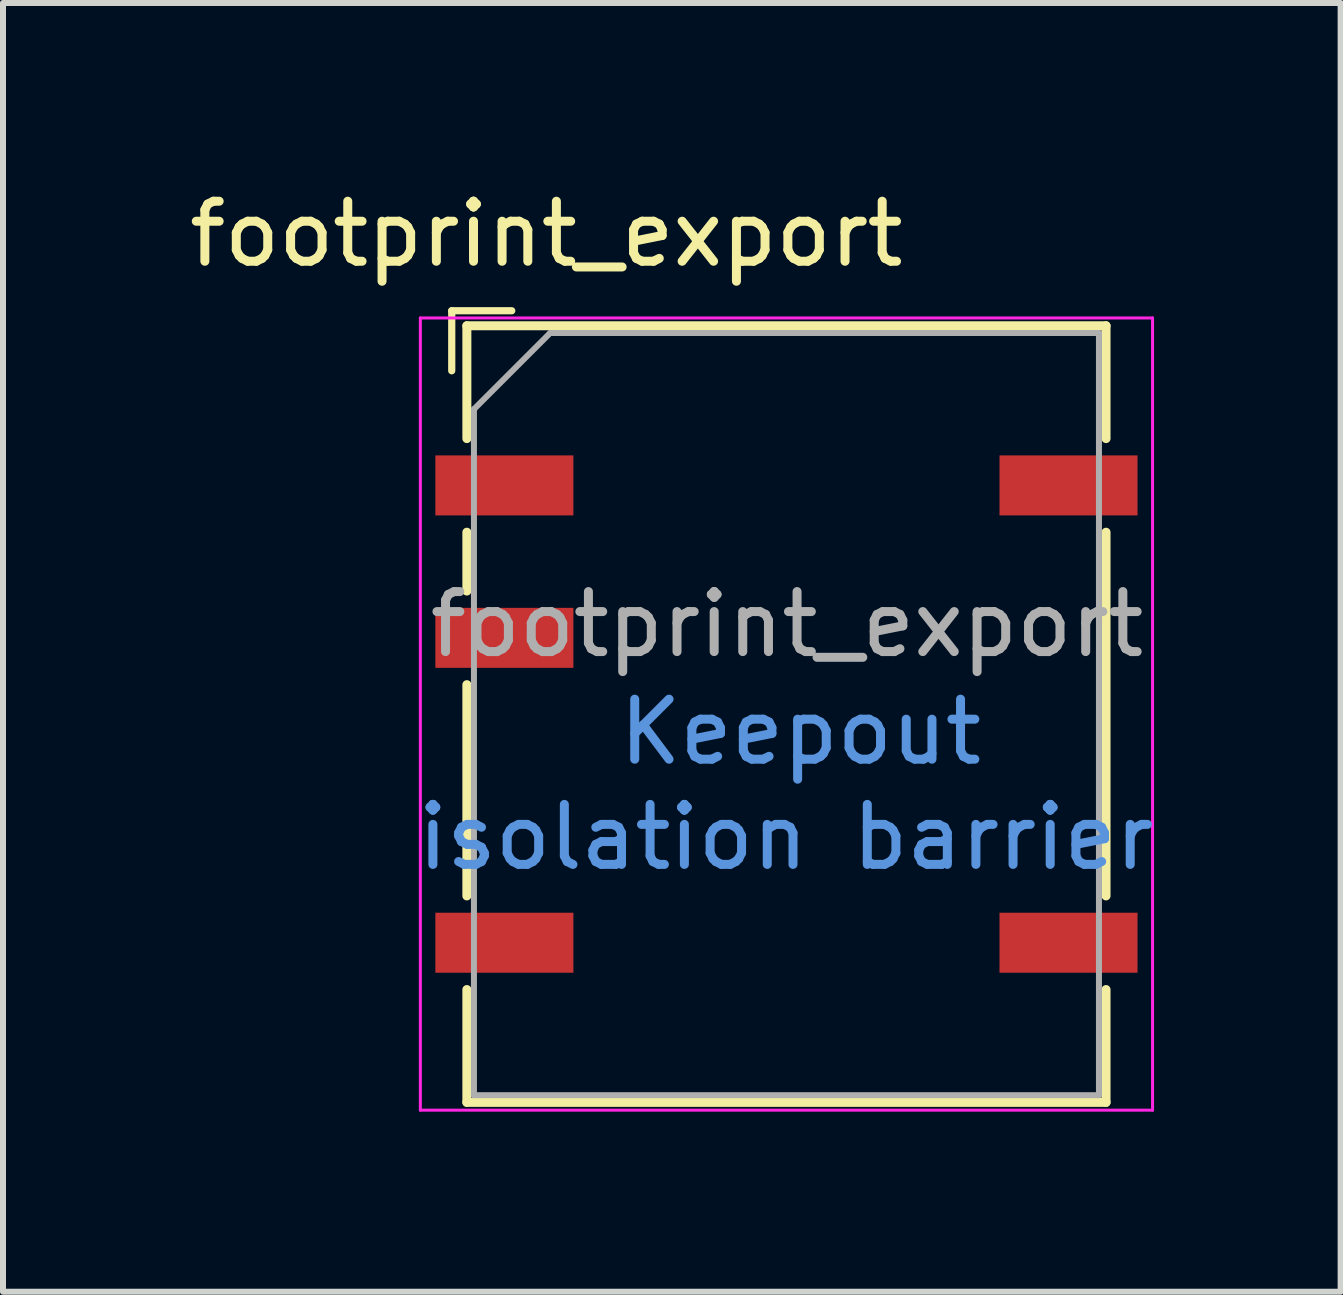
<source format=kicad_pcb>
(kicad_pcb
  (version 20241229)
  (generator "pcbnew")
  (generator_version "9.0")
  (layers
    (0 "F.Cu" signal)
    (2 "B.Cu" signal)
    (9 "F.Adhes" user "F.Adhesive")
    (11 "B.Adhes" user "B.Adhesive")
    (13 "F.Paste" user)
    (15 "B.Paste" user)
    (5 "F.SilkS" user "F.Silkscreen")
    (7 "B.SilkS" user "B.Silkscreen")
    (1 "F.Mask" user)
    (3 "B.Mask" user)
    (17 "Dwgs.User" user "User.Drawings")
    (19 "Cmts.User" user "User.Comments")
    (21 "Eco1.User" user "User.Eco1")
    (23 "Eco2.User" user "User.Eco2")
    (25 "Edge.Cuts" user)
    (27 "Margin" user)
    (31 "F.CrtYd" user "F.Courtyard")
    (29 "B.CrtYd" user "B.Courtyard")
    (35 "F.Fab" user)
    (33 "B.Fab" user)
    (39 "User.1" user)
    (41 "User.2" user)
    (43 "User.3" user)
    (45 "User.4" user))
  (footprint "footprint_export"
    (layer "F.Cu")
    (at 10.054 10.118)
    (property "Reference" "footprint_export" (at -4 -9.27 0) (layer "F.SilkS") (effects (font (size 1 1) (thickness 0.15))))
    (attr smd)
    (fp_line (start -5.577 -7.99) (end -5.577 -6.99) (stroke (width 0.12) (type solid)) (layer "F.SilkS"))
    (fp_line (start -5.325 -7.74) (end 5.325 -7.74) (stroke (width 0.15) (type solid)) (layer "F.SilkS"))
    (fp_line (start -5.325 -5.86) (end -5.325 -7.74) (stroke (width 0.15) (type solid)) (layer "F.SilkS"))
    (fp_line (start -5.325 -3.32) (end -5.325 -4.3) (stroke (width 0.15) (type solid)) (layer "F.SilkS"))
    (fp_line (start -5.325 1.76) (end -5.325 -1.76) (stroke (width 0.15) (type solid)) (layer "F.SilkS"))
    (fp_line (start -5.325 5.2) (end -5.325 3.32) (stroke (width 0.15) (type solid)) (layer "F.SilkS"))
    (fp_line (start -4.577 -7.99) (end -5.577 -7.99) (stroke (width 0.12) (type solid)) (layer "F.SilkS"))
    (fp_line (start 5.325 -7.74) (end 5.325 -5.86) (stroke (width 0.15) (type solid)) (layer "F.SilkS"))
    (fp_line (start 5.325 -4.3) (end 5.325 1.76) (stroke (width 0.15) (type solid)) (layer "F.SilkS"))
    (fp_line (start 5.325 3.32) (end 5.325 5.2) (stroke (width 0.15) (type solid)) (layer "F.SilkS"))
    (fp_line (start 5.325 5.2) (end -5.325 5.2) (stroke (width 0.15) (type solid)) (layer "F.SilkS"))
    (fp_line (start -6.1 5.33) (end -6.1 -7.87) (stroke (width 0.05) (type solid)) (layer "F.CrtYd"))
    (fp_line (start 6.1 -7.87) (end -6.1 -7.87) (stroke (width 0.05) (type solid)) (layer "F.CrtYd"))
    (fp_line (start 6.1 -7.87) (end 6.1 5.33) (stroke (width 0.05) (type solid)) (layer "F.CrtYd"))
    (fp_line (start 6.1 5.33) (end -6.1 5.33) (stroke (width 0.05) (type solid)) (layer "F.CrtYd"))
    (fp_line (start -5.207 5.08) (end -5.207 -6.35) (stroke (width 0.1) (type solid)) (layer "F.Fab"))
    (fp_line (start -3.937 -7.62) (end -5.207 -6.35) (stroke (width 0.1) (type solid)) (layer "F.Fab"))
    (fp_line (start -3.937 -7.62) (end 5.207 -7.62) (stroke (width 0.1) (type solid)) (layer "F.Fab"))
    (fp_line (start 5.207 -7.62) (end 5.207 5.08) (stroke (width 0.1) (type solid)) (layer "F.Fab"))
    (fp_line (start 5.207 5.08) (end -5.207 5.08) (stroke (width 0.1) (type solid)) (layer "F.Fab"))
    (fp_text user "isolation barrier" (at -0.01 0.78 0) (layer "Cmts.User") (effects (font (size 1 1) (thickness 0.15))))
    (fp_text user "Keepout" (at 0.234 -0.973 0) (layer "Cmts.User") (effects (font (size 1 1) (thickness 0.15))))
    (fp_text user "${REFERENCE}" (at 0.01 -2.766 0) (layer "F.Fab") (effects (font (size 1 1) (thickness 0.15))))
    (pad "1" smd rect (at -4.7 -5.08) (size 2.3 1) (layers "F.Cu" "F.Mask" "F.Paste"))
    (pad "3" smd rect (at -4.7 -2.54) (size 2.3 1) (layers "F.Cu" "F.Mask" "F.Paste"))
    (pad "7" smd rect (at -4.7 2.54) (size 2.3 1) (layers "F.Cu" "F.Mask" "F.Paste"))
    (pad "8" smd rect (at 4.7 2.54) (size 2.3 1) (layers "F.Cu" "F.Mask" "F.Paste"))
    (pad "14" smd rect (at 4.7 -5.08) (size 2.3 1) (layers "F.Cu" "F.Mask" "F.Paste"))
    (zone (net_name "") (layer "F.Cu") (hatch full 0.508) (connect_pads) (min_thickness 0.254) (filled_areas_thickness no) (keepout (tracks not_allowed) (vias not_allowed) (pads not_allowed) (copperpour not_allowed) (footprints not_allowed)) (placement (enabled no)) (fill) (polygon (pts (xy 3.954 8.198) (xy 16.154 8.198) (xy 16.154 12.048) (xy 3.954 12.048)))))
  (gr_rect
    (start -3 -3)
    (end 19.288 18.473)
    (stroke (width 0.1) (type default))
    (fill no)
    (layer "Edge.Cuts")))
</source>
